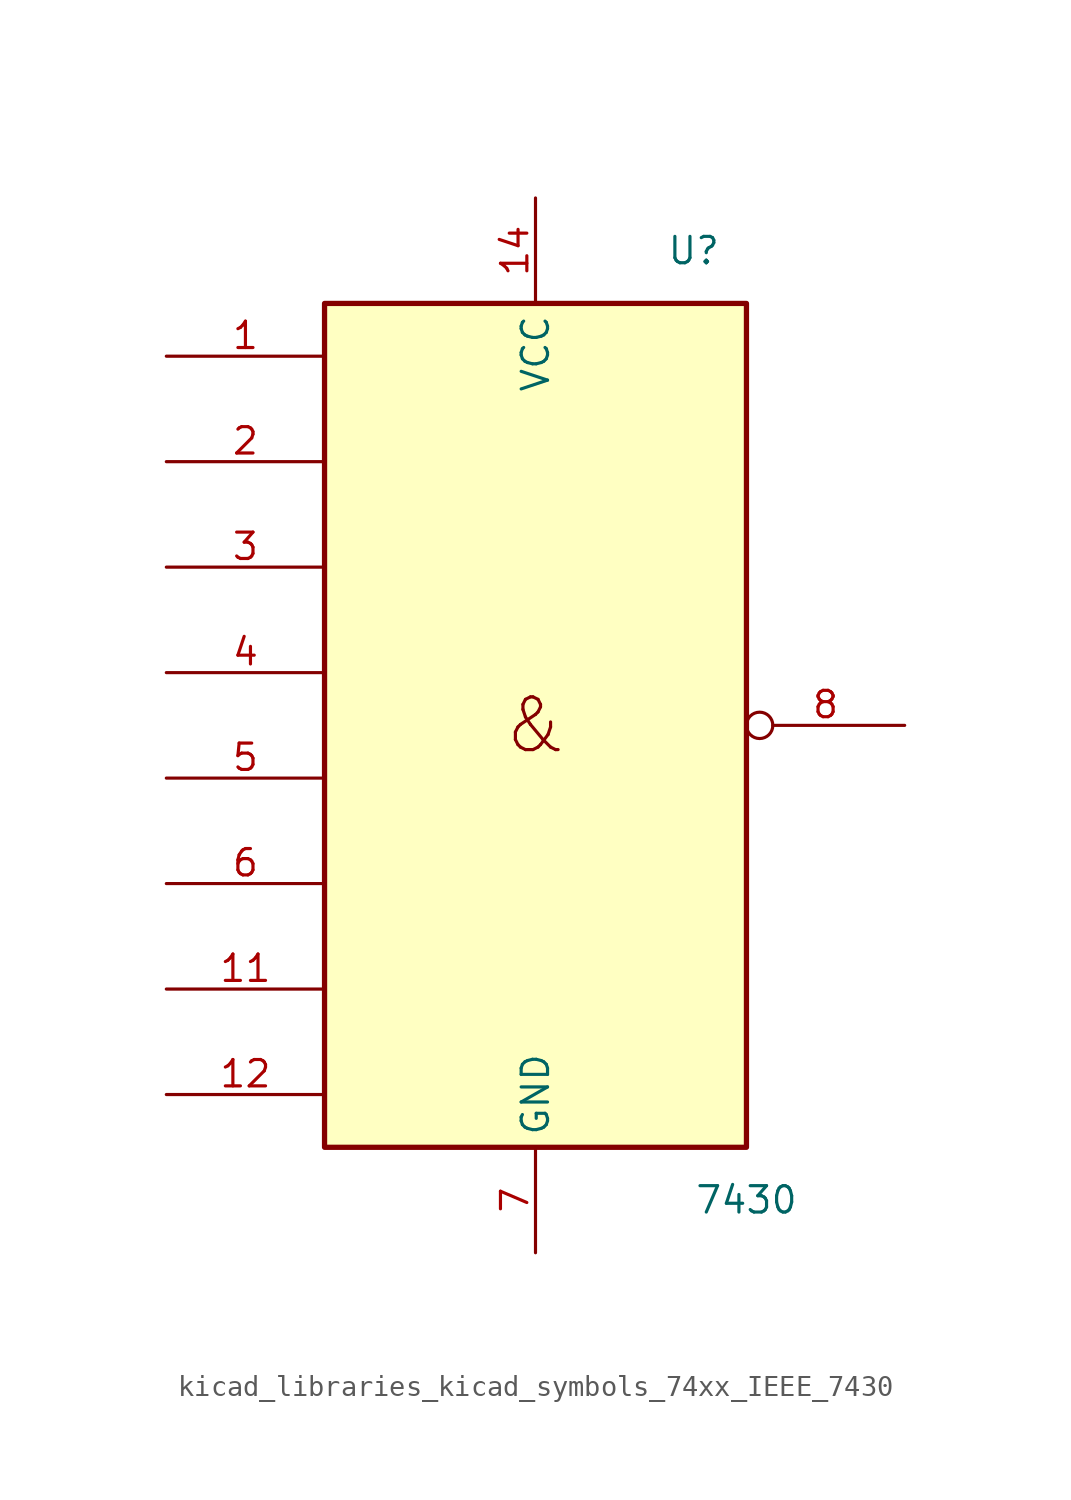
<source format=kicad_sym>
(kicad_symbol_lib
  (version 20220914)
  (generator kicad_symbol_editor)
  (symbol "kicad_libraries_kicad_symbols_74xx_IEEE_7430"
    (property "Reference" "U"
      (at 7.62 22.86 0)
      (effects (font (size 1.27 1.27))))
    (property "Value" "7430"
      (at 10.16 -22.86 0)
      (effects (font (size 1.27 1.27))))
    (symbol "kicad_libraries_kicad_symbols_74xx_IEEE_7430_0_0"
      (text "&" (at 0 0 0) (effects (font (size 2.54 2.54)))))
    (symbol "kicad_libraries_kicad_symbols_74xx_IEEE_7430_0_1"
      (rectangle (start -10.16 20.32) (end 10.16 -20.32) (stroke (width 0.254) (type default)) (fill (type background)))
      (pin power_in line (at 0 25.4 270) (length 5.08) (name "VCC" (effects (font (size 1.27 1.27)))) (number "14" (effects (font (size 1.27 1.27)))))
      (pin power_in line (at 0 -25.4 90) (length 5.08) (name "GND" (effects (font (size 1.27 1.27)))) (number "7" (effects (font (size 1.27 1.27))))))
    (symbol "kicad_libraries_kicad_symbols_74xx_IEEE_7430_1_1"
      (pin input line (at -17.78 17.78 0) (length 7.62) (name "~" (effects (font (size 1.27 1.27)))) (number "1" (effects (font (size 1.27 1.27)))))
      (pin input line (at -17.78 -12.7 0) (length 7.62) (name "~" (effects (font (size 1.27 1.27)))) (number "11" (effects (font (size 1.27 1.27)))))
      (pin input line (at -17.78 -17.78 0) (length 7.62) (name "~" (effects (font (size 1.27 1.27)))) (number "12" (effects (font (size 1.27 1.27)))))
      (pin input line (at -17.78 12.7 0) (length 7.62) (name "~" (effects (font (size 1.27 1.27)))) (number "2" (effects (font (size 1.27 1.27)))))
      (pin input line (at -17.78 7.62 0) (length 7.62) (name "~" (effects (font (size 1.27 1.27)))) (number "3" (effects (font (size 1.27 1.27)))))
      (pin input line (at -17.78 2.54 0) (length 7.62) (name "~" (effects (font (size 1.27 1.27)))) (number "4" (effects (font (size 1.27 1.27)))))
      (pin input line (at -17.78 -2.54 0) (length 7.62) (name "~" (effects (font (size 1.27 1.27)))) (number "5" (effects (font (size 1.27 1.27)))))
      (pin input line (at -17.78 -7.62 0) (length 7.62) (name "~" (effects (font (size 1.27 1.27)))) (number "6" (effects (font (size 1.27 1.27)))))
      (pin output inverted (at 17.78 0 180) (length 7.62) (name "~" (effects (font (size 1.27 1.27)))) (number "8" (effects (font (size 1.27 1.27))))))))
</source>
